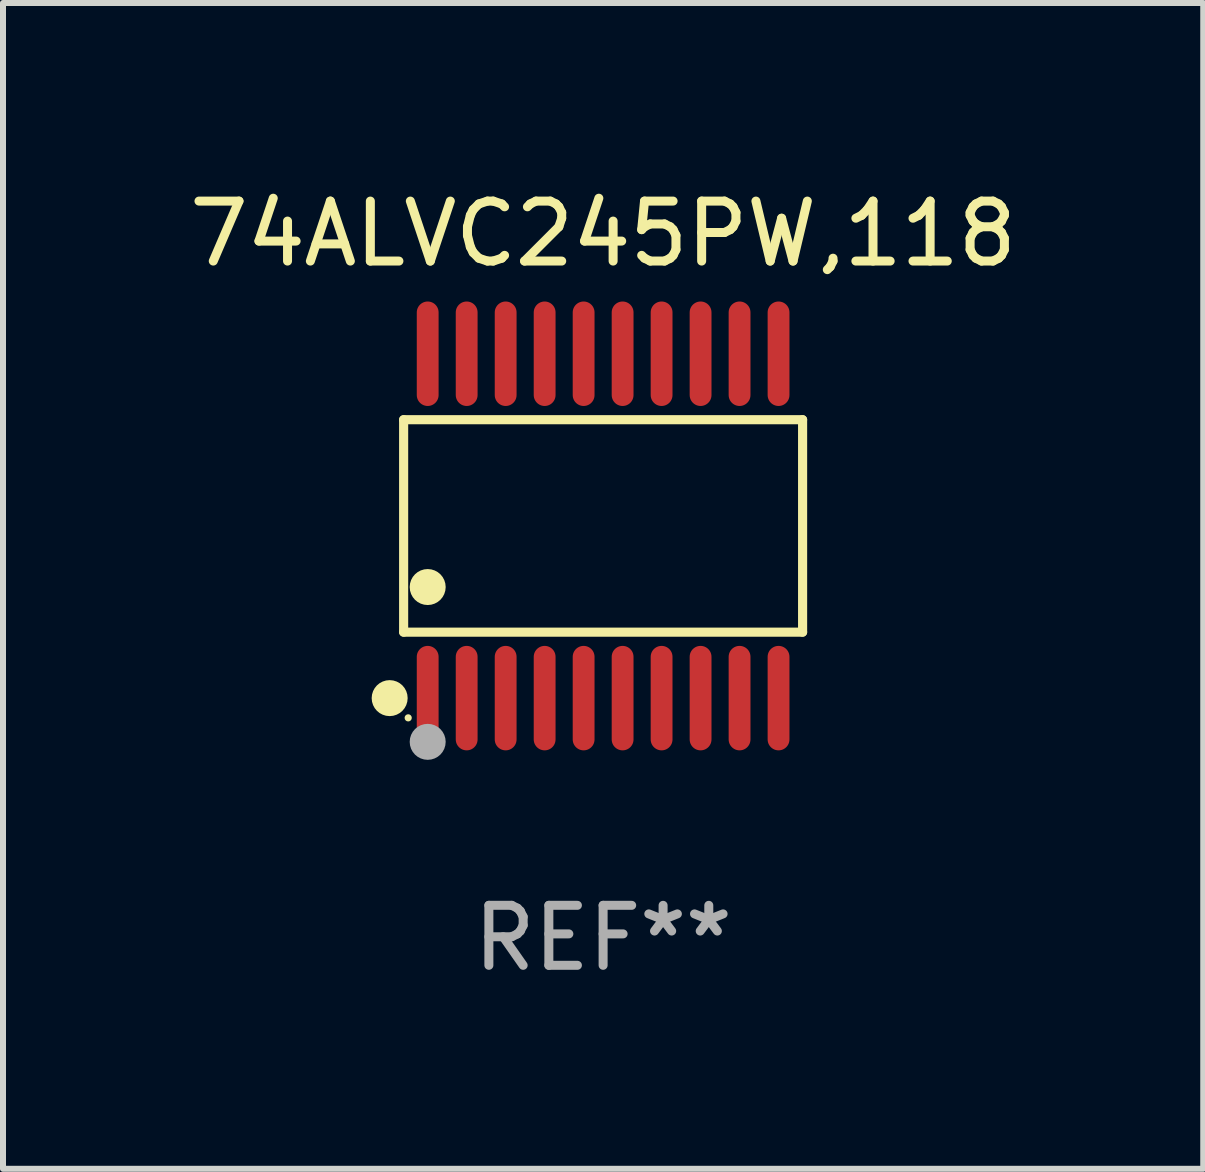
<source format=kicad_pcb>
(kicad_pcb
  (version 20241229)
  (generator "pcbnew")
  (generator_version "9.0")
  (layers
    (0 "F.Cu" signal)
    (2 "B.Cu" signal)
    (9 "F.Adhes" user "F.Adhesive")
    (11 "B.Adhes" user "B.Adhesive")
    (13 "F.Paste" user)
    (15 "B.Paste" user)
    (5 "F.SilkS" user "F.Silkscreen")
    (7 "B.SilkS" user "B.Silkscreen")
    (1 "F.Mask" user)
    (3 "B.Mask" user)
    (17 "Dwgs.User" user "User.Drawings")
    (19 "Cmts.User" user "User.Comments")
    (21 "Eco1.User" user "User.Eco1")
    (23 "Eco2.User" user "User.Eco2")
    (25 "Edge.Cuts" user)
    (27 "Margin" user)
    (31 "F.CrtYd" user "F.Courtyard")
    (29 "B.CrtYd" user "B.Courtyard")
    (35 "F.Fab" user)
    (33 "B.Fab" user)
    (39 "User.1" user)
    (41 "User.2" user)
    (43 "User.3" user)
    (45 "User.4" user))
  (footprint "74ALVC245PW,118"
    (layer "F.Cu")
    (at 7.006 5.719)
    (property "Reference" "74ALVC245PW,118" (at 0 -4.871 0) (layer "F.SilkS") (effects (font (size 1 1) (thickness 0.15))))
    (attr through_hole)
    (fp_line (start -3.326 -1.771) (end 3.326 -1.771) (stroke (width 0.152) (type solid)) (layer "F.SilkS"))
    (fp_line (start -3.326 1.771) (end -3.326 -1.771) (stroke (width 0.152) (type solid)) (layer "F.SilkS"))
    (fp_line (start 3.326 -1.771) (end 3.326 1.771) (stroke (width 0.152) (type solid)) (layer "F.SilkS"))
    (fp_line (start 3.326 1.771) (end -3.326 1.771) (stroke (width 0.152) (type solid)) (layer "F.SilkS"))
    (fp_circle (center -3.559 2.871) (end -3.409 2.871) (stroke (width 0.3) (type solid)) (fill no) (layer "F.SilkS"))
    (fp_circle (center -3.25 3.2) (end -3.22 3.2) (stroke (width 0.06) (type solid)) (fill no) (layer "F.SilkS"))
    (fp_circle (center -2.925 1.019) (end -2.775 1.019) (stroke (width 0.3) (type solid)) (fill no) (layer "F.SilkS"))
    (fp_circle (center -2.925 3.6) (end -2.775 3.6) (stroke (width 0.3) (type solid)) (fill no) (layer "F.Fab"))
    (fp_text user "REF**" (at 0 6.871 0) (layer "F.Fab") (effects (font (size 1 1) (thickness 0.15))))
    (pad "1" smd oval (at -2.925 2.871) (size 0.364 1.742) (layers "F.Cu" "F.Mask" "F.Paste"))
    (pad "2" smd oval (at -2.275 2.871) (size 0.364 1.742) (layers "F.Cu" "F.Mask" "F.Paste"))
    (pad "3" smd oval (at -1.625 2.871) (size 0.364 1.742) (layers "F.Cu" "F.Mask" "F.Paste"))
    (pad "4" smd oval (at -0.975 2.871) (size 0.364 1.742) (layers "F.Cu" "F.Mask" "F.Paste"))
    (pad "5" smd oval (at -0.325 2.871) (size 0.364 1.742) (layers "F.Cu" "F.Mask" "F.Paste"))
    (pad "6" smd oval (at 0.325 2.871) (size 0.364 1.742) (layers "F.Cu" "F.Mask" "F.Paste"))
    (pad "7" smd oval (at 0.975 2.871) (size 0.364 1.742) (layers "F.Cu" "F.Mask" "F.Paste"))
    (pad "8" smd oval (at 1.625 2.871) (size 0.364 1.742) (layers "F.Cu" "F.Mask" "F.Paste"))
    (pad "9" smd oval (at 2.275 2.871) (size 0.364 1.742) (layers "F.Cu" "F.Mask" "F.Paste"))
    (pad "10" smd oval (at 2.925 2.871) (size 0.364 1.742) (layers "F.Cu" "F.Mask" "F.Paste"))
    (pad "11" smd oval (at 2.925 -2.871) (size 0.364 1.742) (layers "F.Cu" "F.Mask" "F.Paste"))
    (pad "12" smd oval (at 2.275 -2.871) (size 0.364 1.742) (layers "F.Cu" "F.Mask" "F.Paste"))
    (pad "13" smd oval (at 1.625 -2.871) (size 0.364 1.742) (layers "F.Cu" "F.Mask" "F.Paste"))
    (pad "14" smd oval (at 0.975 -2.871) (size 0.364 1.742) (layers "F.Cu" "F.Mask" "F.Paste"))
    (pad "15" smd oval (at 0.325 -2.871) (size 0.364 1.742) (layers "F.Cu" "F.Mask" "F.Paste"))
    (pad "16" smd oval (at -0.325 -2.871) (size 0.364 1.742) (layers "F.Cu" "F.Mask" "F.Paste"))
    (pad "17" smd oval (at -0.975 -2.871) (size 0.364 1.742) (layers "F.Cu" "F.Mask" "F.Paste"))
    (pad "18" smd oval (at -1.625 -2.871) (size 0.364 1.742) (layers "F.Cu" "F.Mask" "F.Paste"))
    (pad "19" smd oval (at -2.275 -2.871) (size 0.364 1.742) (layers "F.Cu" "F.Mask" "F.Paste"))
    (pad "20" smd oval (at -2.925 -2.871) (size 0.364 1.742) (layers "F.Cu" "F.Mask" "F.Paste")))
  (gr_rect
    (start -3 -3)
    (end 17.012 16.438)
    (stroke (width 0.1) (type default))
    (fill no)
    (layer "Edge.Cuts")))
</source>
